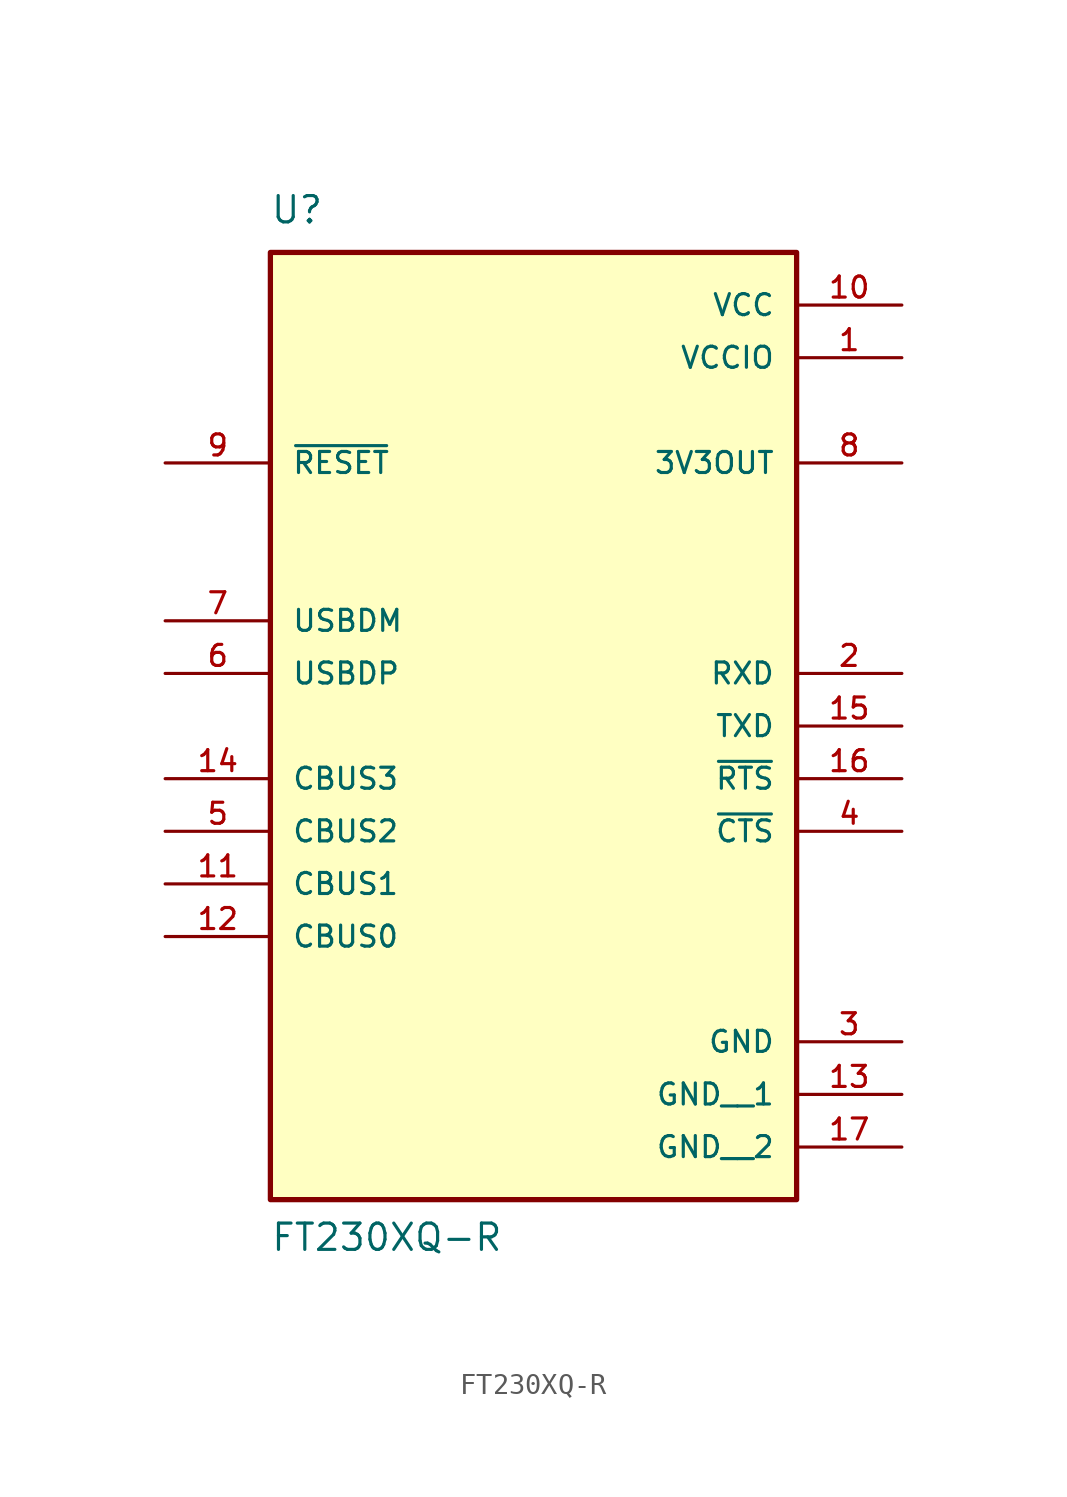
<source format=kicad_sym>
(kicad_symbol_lib
  (version 20211014)
  (generator kicad_symbol_editor)
  (symbol "FT230XQ-R"
    (pin_names
      (offset 1.016))
    (property "Reference" "U"
      (at -12.726 21.633 0)
      (effects (font (size 1.27 1.27)) (justify bottom left)))
    (property "Value" "FT230XQ-R"
      (at -12.712 -27.964 0)
      (effects (font (size 1.27 1.27)) (justify bottom left)))
    (symbol "FT230XQ-R_0_0"
      (rectangle (start -12.7 -25.4) (end 12.7 20.32) (stroke (width 0.254)) (fill (type background)))
      (pin input line (at -17.78 2.54 0) (length 5.08) (name "USBDM" (effects (font (size 1.016 1.016)))) (number "7" (effects (font (size 1.016 1.016)))))
      (pin input line (at -17.78 10.16 0) (length 5.08) (name "~{RESET}" (effects (font (size 1.016 1.016)))) (number "9" (effects (font (size 1.016 1.016)))))
      (pin output line (at 17.78 10.16 180.0) (length 5.08) (name "3V3OUT" (effects (font (size 1.016 1.016)))) (number "8" (effects (font (size 1.016 1.016)))))
      (pin power_in line (at 17.78 17.78 180.0) (length 5.08) (name "VCC" (effects (font (size 1.016 1.016)))) (number "10" (effects (font (size 1.016 1.016)))))
      (pin bidirectional line (at -17.78 -12.7 0) (length 5.08) (name "CBUS0" (effects (font (size 1.016 1.016)))) (number "12" (effects (font (size 1.016 1.016)))))
      (pin output line (at 17.78 -2.54 180.0) (length 5.08) (name "TXD" (effects (font (size 1.016 1.016)))) (number "15" (effects (font (size 1.016 1.016)))))
      (pin output line (at 17.78 -5.08 180.0) (length 5.08) (name "~{RTS}" (effects (font (size 1.016 1.016)))) (number "16" (effects (font (size 1.016 1.016)))))
      (pin power_in line (at 17.78 15.24 180.0) (length 5.08) (name "VCCIO" (effects (font (size 1.016 1.016)))) (number "1" (effects (font (size 1.016 1.016)))))
      (pin input line (at 17.78 0.0 180.0) (length 5.08) (name "RXD" (effects (font (size 1.016 1.016)))) (number "2" (effects (font (size 1.016 1.016)))))
      (pin input line (at 17.78 -7.62 180.0) (length 5.08) (name "~{CTS}" (effects (font (size 1.016 1.016)))) (number "4" (effects (font (size 1.016 1.016)))))
      (pin input line (at -17.78 0.0 0) (length 5.08) (name "USBDP" (effects (font (size 1.016 1.016)))) (number "6" (effects (font (size 1.016 1.016)))))
      (pin bidirectional line (at -17.78 -10.16 0) (length 5.08) (name "CBUS1" (effects (font (size 1.016 1.016)))) (number "11" (effects (font (size 1.016 1.016)))))
      (pin bidirectional line (at -17.78 -7.62 0) (length 5.08) (name "CBUS2" (effects (font (size 1.016 1.016)))) (number "5" (effects (font (size 1.016 1.016)))))
      (pin bidirectional line (at -17.78 -5.08 0) (length 5.08) (name "CBUS3" (effects (font (size 1.016 1.016)))) (number "14" (effects (font (size 1.016 1.016)))))
      (pin power_in line (at 17.78 -17.78 180.0) (length 5.08) (name "GND" (effects (font (size 1.016 1.016)))) (number "3" (effects (font (size 1.016 1.016)))))
      (pin power_in line (at 17.78 -20.32 180.0) (length 5.08) (name "GND__1" (effects (font (size 1.016 1.016)))) (number "13" (effects (font (size 1.016 1.016)))))
      (pin power_in line (at 17.78 -22.86 180.0) (length 5.08) (name "GND__2" (effects (font (size 1.016 1.016)))) (number "17" (effects (font (size 1.016 1.016))))))))
</source>
